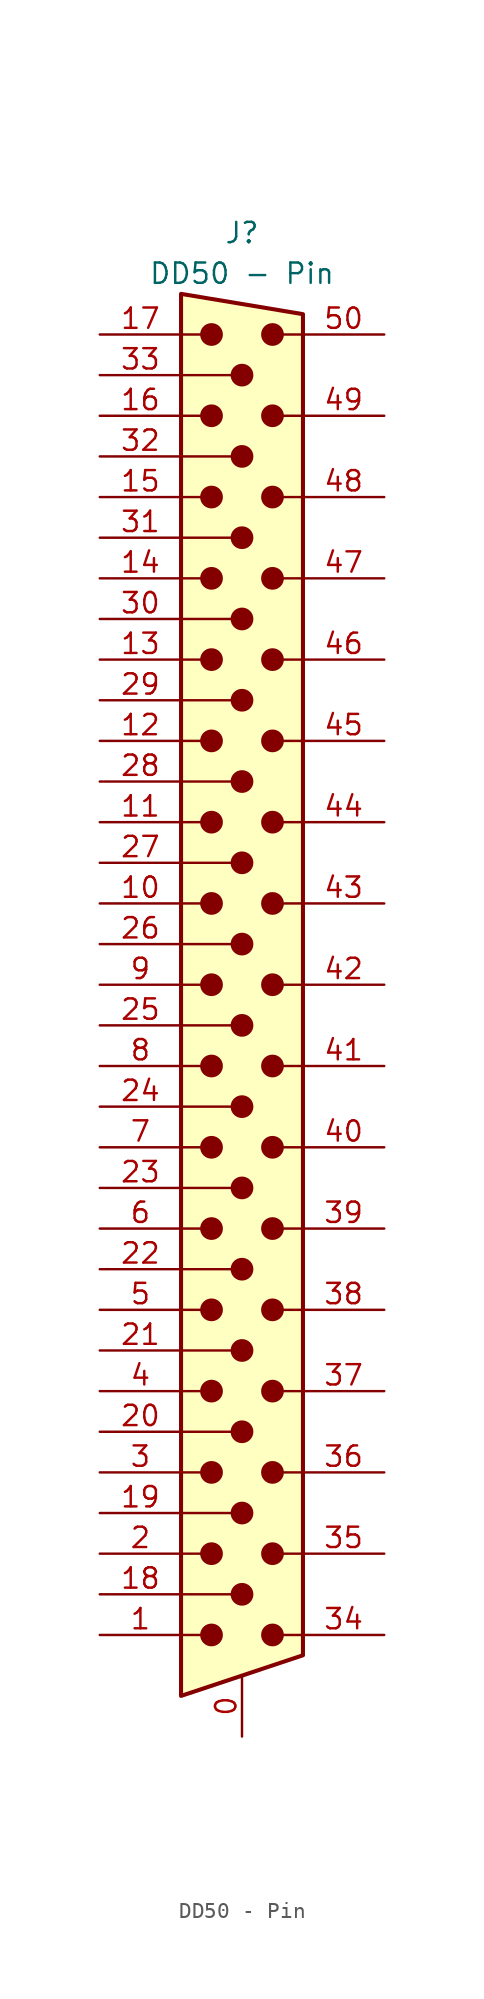
<source format=kicad_sym>
(kicad_symbol_lib
  (version 20211014)
  (generator kicad_symbol_editor)
  (symbol "DD50 - Pin"
    (pin_names
      (offset 1.016) hide)
    (property "Reference" "J"
      (at 0 46.99 0)
      (effects (font (size 1.27 1.27))))
    (property "Value" "DD50 - Pin"
      (at 0 44.45 0)
      (effects (font (size 1.27 1.27))))
    (symbol "DD50 - Pin_0_1"
      (circle (center -1.905 -40.64) (radius 0.635) (stroke (width 0) (type default) (color 0 0 0 0)) (fill (type outline)))
      (circle (center -1.905 -35.56) (radius 0.635) (stroke (width 0) (type default) (color 0 0 0 0)) (fill (type outline)))
      (circle (center -1.905 -30.48) (radius 0.635) (stroke (width 0) (type default) (color 0 0 0 0)) (fill (type outline)))
      (circle (center -1.905 -25.4) (radius 0.635) (stroke (width 0) (type default) (color 0 0 0 0)) (fill (type outline)))
      (circle (center -1.905 -20.32) (radius 0.635) (stroke (width 0) (type default) (color 0 0 0 0)) (fill (type outline)))
      (circle (center -1.905 -15.24) (radius 0.635) (stroke (width 0) (type default) (color 0 0 0 0)) (fill (type outline)))
      (circle (center -1.905 -10.16) (radius 0.635) (stroke (width 0) (type default) (color 0 0 0 0)) (fill (type outline)))
      (circle (center -1.905 -5.08) (radius 0.635) (stroke (width 0) (type default) (color 0 0 0 0)) (fill (type outline)))
      (circle (center -1.905 0) (radius 0.635) (stroke (width 0) (type default) (color 0 0 0 0)) (fill (type outline)))
      (circle (center -1.905 5.08) (radius 0.635) (stroke (width 0) (type default) (color 0 0 0 0)) (fill (type outline)))
      (circle (center -1.905 10.16) (radius 0.635) (stroke (width 0) (type default) (color 0 0 0 0)) (fill (type outline)))
      (circle (center -1.905 15.24) (radius 0.635) (stroke (width 0) (type default) (color 0 0 0 0)) (fill (type outline)))
      (circle (center -1.905 20.32) (radius 0.635) (stroke (width 0) (type default) (color 0 0 0 0)) (fill (type outline)))
      (circle (center -1.905 25.4) (radius 0.635) (stroke (width 0) (type default) (color 0 0 0 0)) (fill (type outline)))
      (circle (center -1.905 30.48) (radius 0.635) (stroke (width 0) (type default) (color 0 0 0 0)) (fill (type outline)))
      (circle (center -1.905 35.56) (radius 0.635) (stroke (width 0) (type default) (color 0 0 0 0)) (fill (type outline)))
      (circle (center -1.905 40.64) (radius 0.635) (stroke (width 0) (type default) (color 0 0 0 0)) (fill (type outline)))
      (circle (center 0 -38.1) (radius 0.635) (stroke (width 0) (type default) (color 0 0 0 0)) (fill (type outline)))
      (circle (center 0 -33.02) (radius 0.635) (stroke (width 0) (type default) (color 0 0 0 0)) (fill (type outline)))
      (circle (center 0 -27.94) (radius 0.635) (stroke (width 0) (type default) (color 0 0 0 0)) (fill (type outline)))
      (circle (center 0 -22.86) (radius 0.635) (stroke (width 0) (type default) (color 0 0 0 0)) (fill (type outline)))
      (circle (center 0 -17.78) (radius 0.635) (stroke (width 0) (type default) (color 0 0 0 0)) (fill (type outline)))
      (circle (center 0 -12.7) (radius 0.635) (stroke (width 0) (type default) (color 0 0 0 0)) (fill (type outline)))
      (circle (center 0 -7.62) (radius 0.635) (stroke (width 0) (type default) (color 0 0 0 0)) (fill (type outline)))
      (circle (center 0 -2.54) (radius 0.635) (stroke (width 0) (type default) (color 0 0 0 0)) (fill (type outline)))
      (polyline (pts (xy -2.54 -40.64) (xy -3.81 -40.64)) (stroke (width 0) (type default) (color 0 0 0 0)) (fill (type none)))
      (polyline (pts (xy -2.54 -35.56) (xy -3.81 -35.56)) (stroke (width 0) (type default) (color 0 0 0 0)) (fill (type none)))
      (polyline (pts (xy -2.54 -30.48) (xy -3.81 -30.48)) (stroke (width 0) (type default) (color 0 0 0 0)) (fill (type none)))
      (polyline (pts (xy -2.54 -25.4) (xy -3.81 -25.4)) (stroke (width 0) (type default) (color 0 0 0 0)) (fill (type none)))
      (polyline (pts (xy -2.54 -20.32) (xy -3.81 -20.32)) (stroke (width 0) (type default) (color 0 0 0 0)) (fill (type none)))
      (polyline (pts (xy -2.54 -15.24) (xy -3.81 -15.24)) (stroke (width 0) (type default) (color 0 0 0 0)) (fill (type none)))
      (polyline (pts (xy -2.54 -10.16) (xy -3.81 -10.16)) (stroke (width 0) (type default) (color 0 0 0 0)) (fill (type none)))
      (polyline (pts (xy -2.54 -5.08) (xy -3.81 -5.08)) (stroke (width 0) (type default) (color 0 0 0 0)) (fill (type none)))
      (polyline (pts (xy -2.54 0) (xy -3.81 0)) (stroke (width 0) (type default) (color 0 0 0 0)) (fill (type none)))
      (polyline (pts (xy -2.54 5.08) (xy -3.81 5.08)) (stroke (width 0) (type default) (color 0 0 0 0)) (fill (type none)))
      (polyline (pts (xy -2.54 10.16) (xy -3.81 10.16)) (stroke (width 0) (type default) (color 0 0 0 0)) (fill (type none)))
      (polyline (pts (xy -2.54 15.24) (xy -3.81 15.24)) (stroke (width 0) (type default) (color 0 0 0 0)) (fill (type none)))
      (polyline (pts (xy -2.54 20.32) (xy -3.81 20.32)) (stroke (width 0) (type default) (color 0 0 0 0)) (fill (type none)))
      (polyline (pts (xy -2.54 25.4) (xy -3.81 25.4)) (stroke (width 0) (type default) (color 0 0 0 0)) (fill (type none)))
      (polyline (pts (xy -2.54 30.48) (xy -3.81 30.48)) (stroke (width 0) (type default) (color 0 0 0 0)) (fill (type none)))
      (polyline (pts (xy -2.54 35.56) (xy -3.81 35.56)) (stroke (width 0) (type default) (color 0 0 0 0)) (fill (type none)))
      (polyline (pts (xy -2.54 40.64) (xy -3.81 40.64)) (stroke (width 0) (type default) (color 0 0 0 0)) (fill (type none)))
      (polyline (pts (xy 0 -38.1) (xy -3.81 -38.1)) (stroke (width 0) (type default) (color 0 0 0 0)) (fill (type none)))
      (polyline (pts (xy 0 -33.02) (xy -3.81 -33.02)) (stroke (width 0) (type default) (color 0 0 0 0)) (fill (type none)))
      (polyline (pts (xy 0 -27.94) (xy -3.81 -27.94)) (stroke (width 0) (type default) (color 0 0 0 0)) (fill (type none)))
      (polyline (pts (xy 0 -22.86) (xy -3.81 -22.86)) (stroke (width 0) (type default) (color 0 0 0 0)) (fill (type none)))
      (polyline (pts (xy 0 -17.78) (xy -3.81 -17.78)) (stroke (width 0) (type default) (color 0 0 0 0)) (fill (type none)))
      (polyline (pts (xy 0 -12.7) (xy -3.81 -12.7)) (stroke (width 0) (type default) (color 0 0 0 0)) (fill (type none)))
      (polyline (pts (xy 0 -7.62) (xy -3.81 -7.62)) (stroke (width 0) (type default) (color 0 0 0 0)) (fill (type none)))
      (polyline (pts (xy 0 -2.54) (xy -3.81 -2.54)) (stroke (width 0) (type default) (color 0 0 0 0)) (fill (type none)))
      (polyline (pts (xy 0 2.54) (xy -3.81 2.54)) (stroke (width 0) (type default) (color 0 0 0 0)) (fill (type none)))
      (polyline (pts (xy 0 7.62) (xy -3.81 7.62)) (stroke (width 0) (type default) (color 0 0 0 0)) (fill (type none)))
      (polyline (pts (xy 0 12.7) (xy -3.81 12.7)) (stroke (width 0) (type default) (color 0 0 0 0)) (fill (type none)))
      (polyline (pts (xy 0 17.78) (xy -3.81 17.78)) (stroke (width 0) (type default) (color 0 0 0 0)) (fill (type none)))
      (polyline (pts (xy 0 22.86) (xy -3.81 22.86)) (stroke (width 0) (type default) (color 0 0 0 0)) (fill (type none)))
      (polyline (pts (xy 0 27.94) (xy -3.81 27.94)) (stroke (width 0) (type default) (color 0 0 0 0)) (fill (type none)))
      (polyline (pts (xy 0 33.02) (xy -3.81 33.02)) (stroke (width 0) (type default) (color 0 0 0 0)) (fill (type none)))
      (polyline (pts (xy 0 38.1) (xy -3.81 38.1)) (stroke (width 0) (type default) (color 0 0 0 0)) (fill (type none)))
      (polyline (pts (xy 3.81 -40.64) (xy 2.54 -40.64)) (stroke (width 0) (type default) (color 0 0 0 0)) (fill (type none)))
      (polyline (pts (xy 3.81 -35.56) (xy 2.54 -35.56)) (stroke (width 0) (type default) (color 0 0 0 0)) (fill (type none)))
      (polyline (pts (xy 3.81 -30.48) (xy 2.54 -30.48)) (stroke (width 0) (type default) (color 0 0 0 0)) (fill (type none)))
      (polyline (pts (xy 3.81 -25.4) (xy 2.54 -25.4)) (stroke (width 0) (type default) (color 0 0 0 0)) (fill (type none)))
      (polyline (pts (xy 3.81 -20.32) (xy 2.54 -20.32)) (stroke (width 0) (type default) (color 0 0 0 0)) (fill (type none)))
      (polyline (pts (xy 3.81 -15.24) (xy 2.54 -15.24)) (stroke (width 0) (type default) (color 0 0 0 0)) (fill (type none)))
      (polyline (pts (xy 3.81 -10.16) (xy 2.54 -10.16)) (stroke (width 0) (type default) (color 0 0 0 0)) (fill (type none)))
      (polyline (pts (xy 3.81 -5.08) (xy 2.54 -5.08)) (stroke (width 0) (type default) (color 0 0 0 0)) (fill (type none)))
      (polyline (pts (xy 3.81 0) (xy 2.54 0)) (stroke (width 0) (type default) (color 0 0 0 0)) (fill (type none)))
      (polyline (pts (xy 3.81 5.08) (xy 2.54 5.08)) (stroke (width 0) (type default) (color 0 0 0 0)) (fill (type none)))
      (polyline (pts (xy 3.81 10.16) (xy 2.54 10.16)) (stroke (width 0) (type default) (color 0 0 0 0)) (fill (type none)))
      (polyline (pts (xy 3.81 15.24) (xy 2.54 15.24)) (stroke (width 0) (type default) (color 0 0 0 0)) (fill (type none)))
      (polyline (pts (xy 3.81 20.32) (xy 2.54 20.32)) (stroke (width 0) (type default) (color 0 0 0 0)) (fill (type none)))
      (polyline (pts (xy 3.81 25.4) (xy 2.54 25.4)) (stroke (width 0) (type default) (color 0 0 0 0)) (fill (type none)))
      (polyline (pts (xy 3.81 30.48) (xy 2.54 30.48)) (stroke (width 0) (type default) (color 0 0 0 0)) (fill (type none)))
      (polyline (pts (xy 3.81 35.56) (xy 2.54 35.56)) (stroke (width 0) (type default) (color 0 0 0 0)) (fill (type none)))
      (polyline (pts (xy 3.81 40.64) (xy 2.54 40.64)) (stroke (width 0) (type default) (color 0 0 0 0)) (fill (type none)))
      (polyline (pts (xy -3.81 43.18) (xy -3.81 -44.45) (xy 3.81 -41.91) (xy 3.81 41.91) (xy -3.81 43.18)) (stroke (width 0.254) (type default) (color 0 0 0 0)) (fill (type background)))
      (circle (center 0 2.54) (radius 0.635) (stroke (width 0) (type default) (color 0 0 0 0)) (fill (type outline)))
      (circle (center 0 7.62) (radius 0.635) (stroke (width 0) (type default) (color 0 0 0 0)) (fill (type outline)))
      (circle (center 0 12.7) (radius 0.635) (stroke (width 0) (type default) (color 0 0 0 0)) (fill (type outline)))
      (circle (center 0 17.78) (radius 0.635) (stroke (width 0) (type default) (color 0 0 0 0)) (fill (type outline)))
      (circle (center 0 22.86) (radius 0.635) (stroke (width 0) (type default) (color 0 0 0 0)) (fill (type outline)))
      (circle (center 0 27.94) (radius 0.635) (stroke (width 0) (type default) (color 0 0 0 0)) (fill (type outline)))
      (circle (center 0 33.02) (radius 0.635) (stroke (width 0) (type default) (color 0 0 0 0)) (fill (type outline)))
      (circle (center 0 38.1) (radius 0.635) (stroke (width 0) (type default) (color 0 0 0 0)) (fill (type outline)))
      (circle (center 1.905 -40.64) (radius 0.635) (stroke (width 0) (type default) (color 0 0 0 0)) (fill (type outline)))
      (circle (center 1.905 -35.56) (radius 0.635) (stroke (width 0) (type default) (color 0 0 0 0)) (fill (type outline)))
      (circle (center 1.905 -30.48) (radius 0.635) (stroke (width 0) (type default) (color 0 0 0 0)) (fill (type outline)))
      (circle (center 1.905 -25.4) (radius 0.635) (stroke (width 0) (type default) (color 0 0 0 0)) (fill (type outline)))
      (circle (center 1.905 -20.32) (radius 0.635) (stroke (width 0) (type default) (color 0 0 0 0)) (fill (type outline)))
      (circle (center 1.905 -15.24) (radius 0.635) (stroke (width 0) (type default) (color 0 0 0 0)) (fill (type outline)))
      (circle (center 1.905 -10.16) (radius 0.635) (stroke (width 0) (type default) (color 0 0 0 0)) (fill (type outline)))
      (circle (center 1.905 -5.08) (radius 0.635) (stroke (width 0) (type default) (color 0 0 0 0)) (fill (type outline)))
      (circle (center 1.905 0) (radius 0.635) (stroke (width 0) (type default) (color 0 0 0 0)) (fill (type outline)))
      (circle (center 1.905 5.08) (radius 0.635) (stroke (width 0) (type default) (color 0 0 0 0)) (fill (type outline)))
      (circle (center 1.905 10.16) (radius 0.635) (stroke (width 0) (type default) (color 0 0 0 0)) (fill (type outline)))
      (circle (center 1.905 15.24) (radius 0.635) (stroke (width 0) (type default) (color 0 0 0 0)) (fill (type outline)))
      (circle (center 1.905 20.32) (radius 0.635) (stroke (width 0) (type default) (color 0 0 0 0)) (fill (type outline)))
      (circle (center 1.905 25.4) (radius 0.635) (stroke (width 0) (type default) (color 0 0 0 0)) (fill (type outline)))
      (circle (center 1.905 30.48) (radius 0.635) (stroke (width 0) (type default) (color 0 0 0 0)) (fill (type outline)))
      (circle (center 1.905 35.56) (radius 0.635) (stroke (width 0) (type default) (color 0 0 0 0)) (fill (type outline)))
      (circle (center 1.905 40.64) (radius 0.635) (stroke (width 0) (type default) (color 0 0 0 0)) (fill (type outline))))
    (symbol "DD50 - Pin_1_1"
      (pin passive line (at 0 -46.99 90) (length 3.81) (name "0" (effects (font (size 1.27 1.27)))) (number "0" (effects (font (size 1.27 1.27)))))
      (pin passive line (at -8.89 -40.64 0) (length 5.08) (name "1" (effects (font (size 1.27 1.27)))) (number "1" (effects (font (size 1.27 1.27)))))
      (pin passive line (at -8.89 5.08 0) (length 5.08) (name "10" (effects (font (size 1.27 1.27)))) (number "10" (effects (font (size 1.27 1.27)))))
      (pin passive line (at -8.89 10.16 0) (length 5.08) (name "11" (effects (font (size 1.27 1.27)))) (number "11" (effects (font (size 1.27 1.27)))))
      (pin passive line (at -8.89 15.24 0) (length 5.08) (name "12" (effects (font (size 1.27 1.27)))) (number "12" (effects (font (size 1.27 1.27)))))
      (pin passive line (at -8.89 20.32 0) (length 5.08) (name "13" (effects (font (size 1.27 1.27)))) (number "13" (effects (font (size 1.27 1.27)))))
      (pin passive line (at -8.89 25.4 0) (length 5.08) (name "14" (effects (font (size 1.27 1.27)))) (number "14" (effects (font (size 1.27 1.27)))))
      (pin passive line (at -8.89 30.48 0) (length 5.08) (name "15" (effects (font (size 1.27 1.27)))) (number "15" (effects (font (size 1.27 1.27)))))
      (pin passive line (at -8.89 35.56 0) (length 5.08) (name "16" (effects (font (size 1.27 1.27)))) (number "16" (effects (font (size 1.27 1.27)))))
      (pin passive line (at -8.89 40.64 0) (length 5.08) (name "17" (effects (font (size 1.27 1.27)))) (number "17" (effects (font (size 1.27 1.27)))))
      (pin passive line (at -8.89 -38.1 0) (length 5.08) (name "18" (effects (font (size 1.27 1.27)))) (number "18" (effects (font (size 1.27 1.27)))))
      (pin passive line (at -8.89 -33.02 0) (length 5.08) (name "19" (effects (font (size 1.27 1.27)))) (number "19" (effects (font (size 1.27 1.27)))))
      (pin passive line (at -8.89 -35.56 0) (length 5.08) (name "2" (effects (font (size 1.27 1.27)))) (number "2" (effects (font (size 1.27 1.27)))))
      (pin passive line (at -8.89 -27.94 0) (length 5.08) (name "20" (effects (font (size 1.27 1.27)))) (number "20" (effects (font (size 1.27 1.27)))))
      (pin passive line (at -8.89 -22.86 0) (length 5.08) (name "21" (effects (font (size 1.27 1.27)))) (number "21" (effects (font (size 1.27 1.27)))))
      (pin passive line (at -8.89 -17.78 0) (length 5.08) (name "22" (effects (font (size 1.27 1.27)))) (number "22" (effects (font (size 1.27 1.27)))))
      (pin passive line (at -8.89 -12.7 0) (length 5.08) (name "23" (effects (font (size 1.27 1.27)))) (number "23" (effects (font (size 1.27 1.27)))))
      (pin passive line (at -8.89 -7.62 0) (length 5.08) (name "24" (effects (font (size 1.27 1.27)))) (number "24" (effects (font (size 1.27 1.27)))))
      (pin passive line (at -8.89 -2.54 0) (length 5.08) (name "25" (effects (font (size 1.27 1.27)))) (number "25" (effects (font (size 1.27 1.27)))))
      (pin passive line (at -8.89 2.54 0) (length 5.08) (name "26" (effects (font (size 1.27 1.27)))) (number "26" (effects (font (size 1.27 1.27)))))
      (pin passive line (at -8.89 7.62 0) (length 5.08) (name "27" (effects (font (size 1.27 1.27)))) (number "27" (effects (font (size 1.27 1.27)))))
      (pin passive line (at -8.89 12.7 0) (length 5.08) (name "28" (effects (font (size 1.27 1.27)))) (number "28" (effects (font (size 1.27 1.27)))))
      (pin passive line (at -8.89 17.78 0) (length 5.08) (name "29" (effects (font (size 1.27 1.27)))) (number "29" (effects (font (size 1.27 1.27)))))
      (pin passive line (at -8.89 -30.48 0) (length 5.08) (name "3" (effects (font (size 1.27 1.27)))) (number "3" (effects (font (size 1.27 1.27)))))
      (pin passive line (at -8.89 22.86 0) (length 5.08) (name "30" (effects (font (size 1.27 1.27)))) (number "30" (effects (font (size 1.27 1.27)))))
      (pin passive line (at -8.89 27.94 0) (length 5.08) (name "31" (effects (font (size 1.27 1.27)))) (number "31" (effects (font (size 1.27 1.27)))))
      (pin passive line (at -8.89 33.02 0) (length 5.08) (name "32" (effects (font (size 1.27 1.27)))) (number "32" (effects (font (size 1.27 1.27)))))
      (pin passive line (at -8.89 38.1 0) (length 5.08) (name "33" (effects (font (size 1.27 1.27)))) (number "33" (effects (font (size 1.27 1.27)))))
      (pin passive line (at 8.89 -40.64 180) (length 5.08) (name "34" (effects (font (size 1.27 1.27)))) (number "34" (effects (font (size 1.27 1.27)))))
      (pin passive line (at 8.89 -35.56 180) (length 5.08) (name "35" (effects (font (size 1.27 1.27)))) (number "35" (effects (font (size 1.27 1.27)))))
      (pin passive line (at 8.89 -30.48 180) (length 5.08) (name "36" (effects (font (size 1.27 1.27)))) (number "36" (effects (font (size 1.27 1.27)))))
      (pin passive line (at 8.89 -25.4 180) (length 5.08) (name "37" (effects (font (size 1.27 1.27)))) (number "37" (effects (font (size 1.27 1.27)))))
      (pin passive line (at 8.89 -20.32 180) (length 5.08) (name "38" (effects (font (size 1.27 1.27)))) (number "38" (effects (font (size 1.27 1.27)))))
      (pin passive line (at 8.89 -15.24 180) (length 5.08) (name "39" (effects (font (size 1.27 1.27)))) (number "39" (effects (font (size 1.27 1.27)))))
      (pin passive line (at -8.89 -25.4 0) (length 5.08) (name "4" (effects (font (size 1.27 1.27)))) (number "4" (effects (font (size 1.27 1.27)))))
      (pin passive line (at 8.89 -10.16 180) (length 5.08) (name "40" (effects (font (size 1.27 1.27)))) (number "40" (effects (font (size 1.27 1.27)))))
      (pin passive line (at 8.89 -5.08 180) (length 5.08) (name "41" (effects (font (size 1.27 1.27)))) (number "41" (effects (font (size 1.27 1.27)))))
      (pin passive line (at 8.89 0 180) (length 5.08) (name "42" (effects (font (size 1.27 1.27)))) (number "42" (effects (font (size 1.27 1.27)))))
      (pin passive line (at 8.89 5.08 180) (length 5.08) (name "43" (effects (font (size 1.27 1.27)))) (number "43" (effects (font (size 1.27 1.27)))))
      (pin passive line (at 8.89 10.16 180) (length 5.08) (name "44" (effects (font (size 1.27 1.27)))) (number "44" (effects (font (size 1.27 1.27)))))
      (pin passive line (at 8.89 15.24 180) (length 5.08) (name "45" (effects (font (size 1.27 1.27)))) (number "45" (effects (font (size 1.27 1.27)))))
      (pin passive line (at 8.89 20.32 180) (length 5.08) (name "46" (effects (font (size 1.27 1.27)))) (number "46" (effects (font (size 1.27 1.27)))))
      (pin passive line (at 8.89 25.4 180) (length 5.08) (name "47" (effects (font (size 1.27 1.27)))) (number "47" (effects (font (size 1.27 1.27)))))
      (pin passive line (at 8.89 30.48 180) (length 5.08) (name "48" (effects (font (size 1.27 1.27)))) (number "48" (effects (font (size 1.27 1.27)))))
      (pin passive line (at 8.89 35.56 180) (length 5.08) (name "49" (effects (font (size 1.27 1.27)))) (number "49" (effects (font (size 1.27 1.27)))))
      (pin passive line (at -8.89 -20.32 0) (length 5.08) (name "5" (effects (font (size 1.27 1.27)))) (number "5" (effects (font (size 1.27 1.27)))))
      (pin passive line (at 8.89 40.64 180) (length 5.08) (name "50" (effects (font (size 1.27 1.27)))) (number "50" (effects (font (size 1.27 1.27)))))
      (pin passive line (at -8.89 -15.24 0) (length 5.08) (name "6" (effects (font (size 1.27 1.27)))) (number "6" (effects (font (size 1.27 1.27)))))
      (pin passive line (at -8.89 -10.16 0) (length 5.08) (name "7" (effects (font (size 1.27 1.27)))) (number "7" (effects (font (size 1.27 1.27)))))
      (pin passive line (at -8.89 -5.08 0) (length 5.08) (name "8" (effects (font (size 1.27 1.27)))) (number "8" (effects (font (size 1.27 1.27)))))
      (pin passive line (at -8.89 0 0) (length 5.08) (name "9" (effects (font (size 1.27 1.27)))) (number "9" (effects (font (size 1.27 1.27))))))))
</source>
